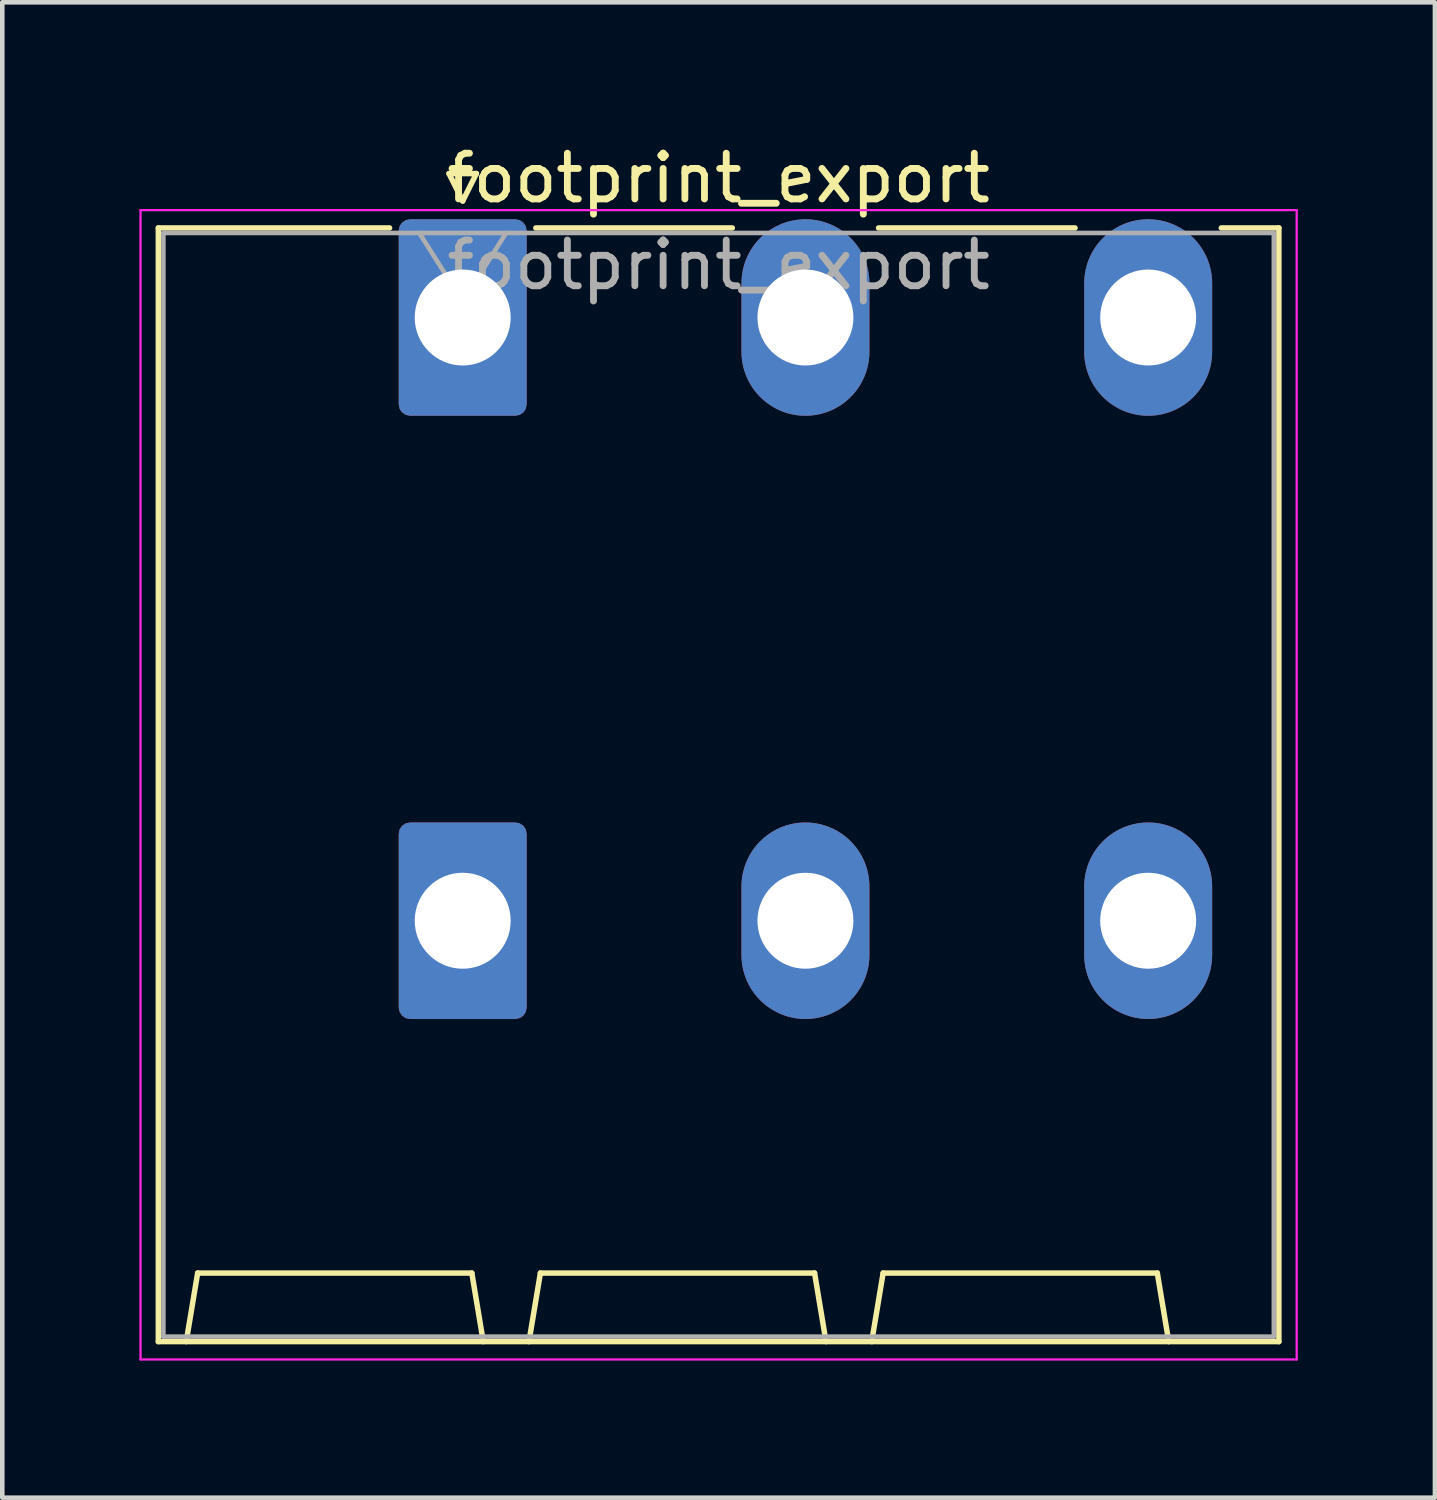
<source format=kicad_pcb>
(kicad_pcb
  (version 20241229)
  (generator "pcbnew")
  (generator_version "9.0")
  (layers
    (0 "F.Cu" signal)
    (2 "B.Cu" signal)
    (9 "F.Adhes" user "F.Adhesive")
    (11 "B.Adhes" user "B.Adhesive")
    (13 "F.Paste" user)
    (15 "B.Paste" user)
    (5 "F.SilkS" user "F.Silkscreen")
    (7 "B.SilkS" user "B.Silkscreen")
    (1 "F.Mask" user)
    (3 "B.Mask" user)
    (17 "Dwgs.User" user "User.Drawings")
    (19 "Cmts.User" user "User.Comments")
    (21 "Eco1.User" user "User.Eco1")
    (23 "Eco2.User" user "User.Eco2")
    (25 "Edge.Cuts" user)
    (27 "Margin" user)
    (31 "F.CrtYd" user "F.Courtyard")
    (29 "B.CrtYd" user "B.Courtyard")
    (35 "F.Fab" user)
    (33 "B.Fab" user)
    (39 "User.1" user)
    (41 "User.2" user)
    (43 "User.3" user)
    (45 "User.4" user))
  (footprint "footprint_export"
    (layer "F.Cu")
    (at 7.075 3.898)
    (property "Reference" "footprint_export" (at 5.6 -3.05 0) (layer "F.SilkS") (effects (font (size 1 1) (thickness 0.15))))
    (attr through_hole)
    (fp_line (start -6.66 -1.96) (end -1.6 -1.96) (stroke (width 0.12) (type solid)) (layer "F.SilkS"))
    (fp_line (start -6.66 22.41) (end -6.66 -1.96) (stroke (width 0.12) (type solid)) (layer "F.SilkS"))
    (fp_line (start -6.05 22.41) (end -5.8 20.91) (stroke (width 0.12) (type solid)) (layer "F.SilkS"))
    (fp_line (start -5.8 20.91) (end 0.2 20.91) (stroke (width 0.12) (type solid)) (layer "F.SilkS"))
    (fp_line (start -0.3 -3.15) (end 0 -2.55) (stroke (width 0.12) (type solid)) (layer "F.SilkS"))
    (fp_line (start -0.3 -3.15) (end 0.3 -3.15) (stroke (width 0.12) (type solid)) (layer "F.SilkS"))
    (fp_line (start 0.3 -3.15) (end 0 -2.55) (stroke (width 0.12) (type solid)) (layer "F.SilkS"))
    (fp_line (start 0.45 22.41) (end 0.2 20.91) (stroke (width 0.12) (type solid)) (layer "F.SilkS"))
    (fp_line (start 1.45 22.41) (end 1.7 20.91) (stroke (width 0.12) (type solid)) (layer "F.SilkS"))
    (fp_line (start 1.6 -1.96) (end 5.9 -1.96) (stroke (width 0.12) (type solid)) (layer "F.SilkS"))
    (fp_line (start 1.7 20.91) (end 7.7 20.91) (stroke (width 0.12) (type solid)) (layer "F.SilkS"))
    (fp_line (start 7.95 22.41) (end 7.7 20.91) (stroke (width 0.12) (type solid)) (layer "F.SilkS"))
    (fp_line (start 8.95 22.41) (end 9.2 20.91) (stroke (width 0.12) (type solid)) (layer "F.SilkS"))
    (fp_line (start 9.1 -1.96) (end 13.4 -1.96) (stroke (width 0.12) (type solid)) (layer "F.SilkS"))
    (fp_line (start 9.2 20.91) (end 15.2 20.91) (stroke (width 0.12) (type solid)) (layer "F.SilkS"))
    (fp_line (start 15.45 22.41) (end 15.2 20.91) (stroke (width 0.12) (type solid)) (layer "F.SilkS"))
    (fp_line (start 16.6 -1.96) (end 17.86 -1.96) (stroke (width 0.12) (type solid)) (layer "F.SilkS"))
    (fp_line (start 17.86 -1.96) (end 17.86 22.41) (stroke (width 0.12) (type solid)) (layer "F.SilkS"))
    (fp_line (start 17.86 22.41) (end -6.66 22.41) (stroke (width 0.12) (type solid)) (layer "F.SilkS"))
    (fp_line (start -7.05 -2.35) (end -7.05 22.8) (stroke (width 0.05) (type solid)) (layer "F.CrtYd"))
    (fp_line (start -7.05 22.8) (end 18.25 22.8) (stroke (width 0.05) (type solid)) (layer "F.CrtYd"))
    (fp_line (start 18.25 -2.35) (end -7.05 -2.35) (stroke (width 0.05) (type solid)) (layer "F.CrtYd"))
    (fp_line (start 18.25 22.8) (end 18.25 -2.35) (stroke (width 0.05) (type solid)) (layer "F.CrtYd"))
    (fp_line (start -6.55 -1.85) (end -6.55 22.3) (stroke (width 0.1) (type solid)) (layer "F.Fab"))
    (fp_line (start -6.55 22.3) (end 17.75 22.3) (stroke (width 0.1) (type solid)) (layer "F.Fab"))
    (fp_line (start -0.95 -1.85) (end 0 -0.35) (stroke (width 0.1) (type solid)) (layer "F.Fab"))
    (fp_line (start 0.95 -1.85) (end 0 -0.35) (stroke (width 0.1) (type solid)) (layer "F.Fab"))
    (fp_line (start 17.75 -1.85) (end -6.55 -1.85) (stroke (width 0.1) (type solid)) (layer "F.Fab"))
    (fp_line (start 17.75 22.3) (end 17.75 -1.85) (stroke (width 0.1) (type solid)) (layer "F.Fab"))
    (fp_text user "${REFERENCE}" (at 5.6 -1.15 0) (layer "F.Fab") (effects (font (size 1 1) (thickness 0.15))))
    (pad "1" thru_hole roundrect (at 0 0) (size 2.8 4.3) (drill 2.1) (layers "*.Cu" "*.Mask") (roundrect_rratio 0.089))
    (pad "1" thru_hole roundrect (at 0 13.2) (size 2.8 4.3) (drill 2.1) (layers "*.Cu" "*.Mask") (roundrect_rratio 0.089))
    (pad "2" thru_hole oval (at 7.5 0) (size 2.8 4.3) (drill 2.1) (layers "*.Cu" "*.Mask"))
    (pad "2" thru_hole oval (at 7.5 13.2) (size 2.8 4.3) (drill 2.1) (layers "*.Cu" "*.Mask"))
    (pad "3" thru_hole oval (at 15 0) (size 2.8 4.3) (drill 2.1) (layers "*.Cu" "*.Mask"))
    (pad "3" thru_hole oval (at 15 13.2) (size 2.8 4.3) (drill 2.1) (layers "*.Cu" "*.Mask")))
  (gr_rect
    (start -3 -3)
    (end 28.35 29.723)
    (stroke (width 0.1) (type default))
    (fill no)
    (layer "Edge.Cuts")))
</source>
